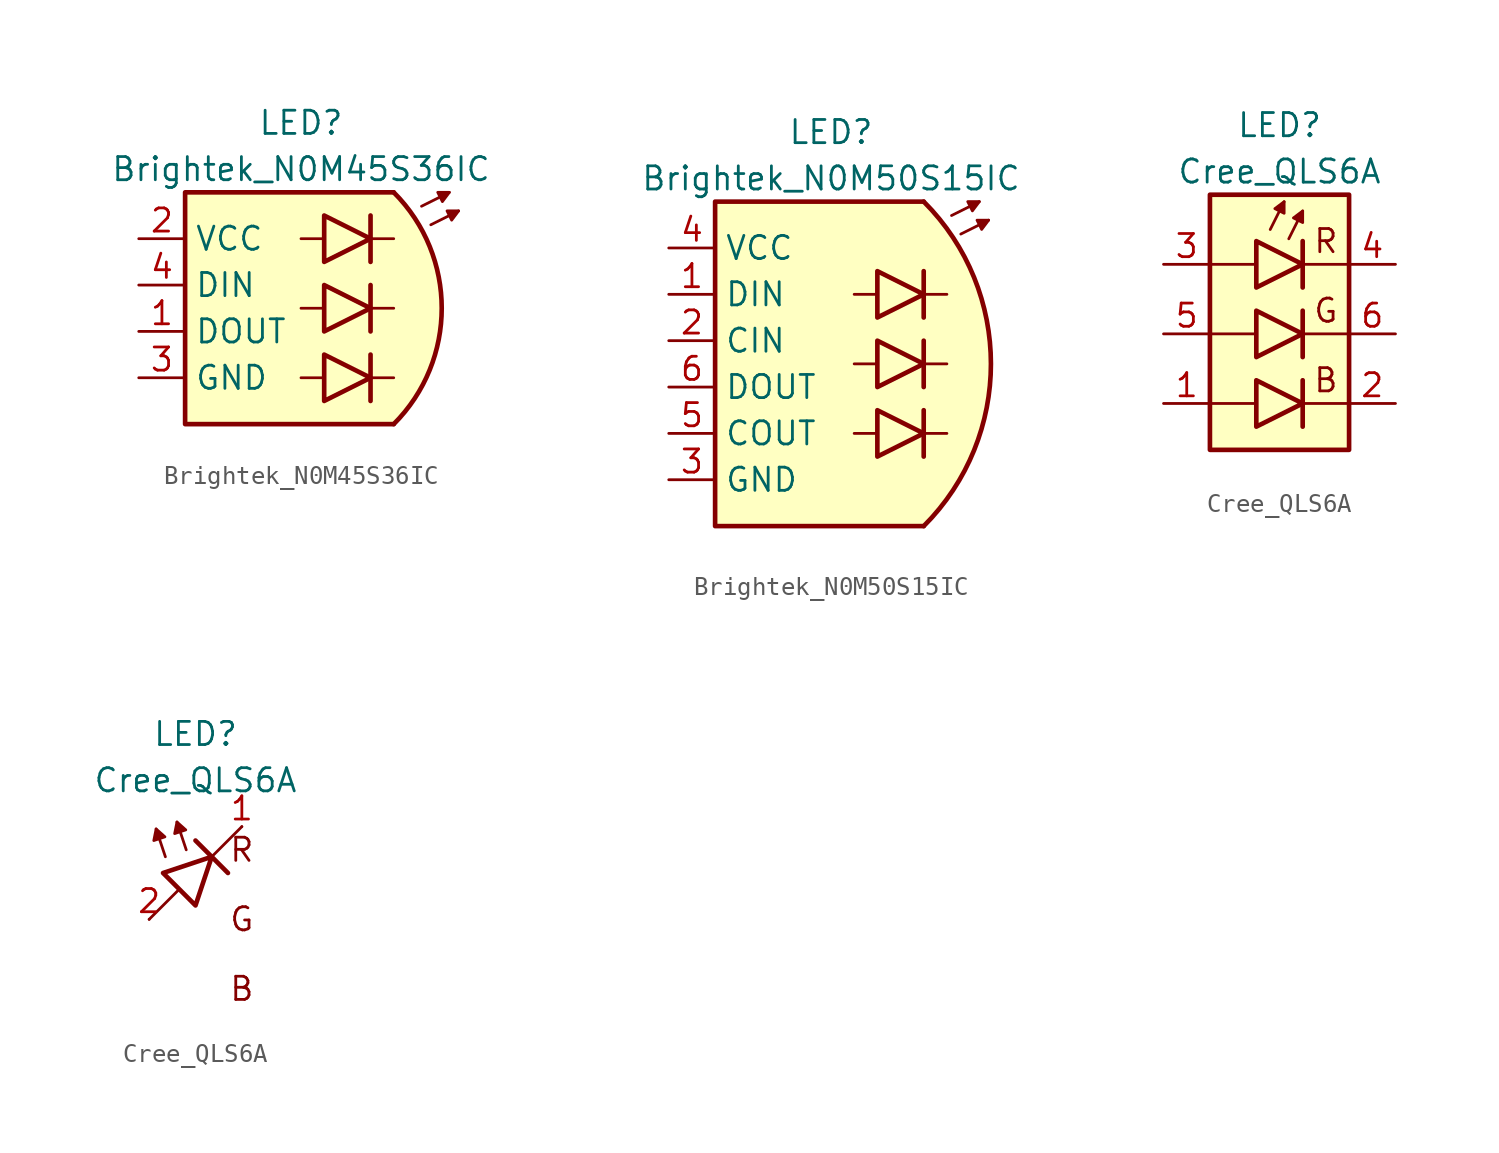
<source format=kicad_sym>
(kicad_symbol_lib
  (version 20231120)
  (generator "kicad_symbol_editor")
  (generator_version "8.0")
  (symbol "Brightek_N0M45S36IC"
    (property "Reference" "LED"
      (at 0 10.16 0)
      (effects (font (size 1.27 1.27))))
    (property "Value" "Brightek_N0M45S36IC"
      (at 0 7.62 0)
      (effects (font (size 1.27 1.27))))
    (symbol "Brightek_N0M45S36IC_0_1"
      (polyline (pts (xy 0 -3.81) (xy 1.27 -3.81)) (stroke (width 0) (type default)) (fill (type none)))
      (polyline (pts (xy 0 0) (xy 1.27 0)) (stroke (width 0) (type default)) (fill (type none)))
      (polyline (pts (xy 0 3.81) (xy 1.27 3.81)) (stroke (width 0) (type default)) (fill (type none)))
      (polyline (pts (xy 3.81 -3.81) (xy 5.08 -3.81)) (stroke (width 0) (type default)) (fill (type none)))
      (polyline (pts (xy 3.81 0) (xy 5.08 0)) (stroke (width 0) (type default)) (fill (type none)))
      (polyline (pts (xy 3.81 3.81) (xy 5.08 3.81)) (stroke (width 0) (type default)) (fill (type none)))
      (polyline (pts (xy 6.604 5.588) (xy 8.128 6.35)) (stroke (width 0.152) (type default)) (fill (type outline)))
      (polyline (pts (xy 7.112 4.572) (xy 8.636 5.334)) (stroke (width 0.152) (type default)) (fill (type color) (color 0 0 0 0)))
      (polyline (pts (xy 1.27 -2.54) (xy 1.27 -5.08) (xy 3.81 -3.81) (xy 1.27 -2.54)) (stroke (width 0.254) (type default)) (fill (type color) (color 30 200 30 1)))
      (polyline (pts (xy 1.27 1.27) (xy 1.27 -1.27) (xy 3.81 0) (xy 1.27 1.27)) (stroke (width 0.254) (type default)) (fill (type color) (color 240 30 30 1)))
      (polyline (pts (xy 1.27 5.08) (xy 1.27 2.54) (xy 3.81 3.81) (xy 1.27 5.08)) (stroke (width 0.254) (type default)) (fill (type color) (color 70 70 200 1)))
      (polyline (pts (xy 7.493 6.35) (xy 7.747 5.842) (xy 8.128 6.35) (xy 7.493 6.35)) (stroke (width 0.152) (type default)) (fill (type outline)))
      (polyline (pts (xy 8.001 5.334) (xy 8.255 4.826) (xy 8.636 5.334) (xy 8.001 5.334)) (stroke (width 0) (type solid)) (fill (type outline))))
    (symbol "Brightek_N0M45S36IC_1_1"
      (polyline (pts (xy 3.81 -5.08) (xy 3.81 -2.54)) (stroke (width 0.254) (type default)) (fill (type none)))
      (polyline (pts (xy 3.81 -1.27) (xy 3.81 1.27)) (stroke (width 0.254) (type default)) (fill (type none)))
      (polyline (pts (xy 3.81 2.54) (xy 3.81 5.08)) (stroke (width 0.254) (type default)) (fill (type none)))
      (polyline (pts (xy 5.08 -6.35) (xy -6.35 -6.35) (xy -6.35 6.35) (xy 5.08 6.35)) (stroke (width 0.254) (type default)) (fill (type background)))
      (arc (start 5.08 -6.35) (mid 7.7103 0) (end 5.08 6.35) (stroke (width 0.254) (type default)) (fill (type background)))
      (pin output line (at -8.89 -1.27 0) (length 2.54) (name "DOUT" (effects (font (size 1.27 1.27)))) (number "1" (effects (font (size 1.27 1.27)))))
      (pin power_in line (at -8.89 3.81 0) (length 2.54) (name "VCC" (effects (font (size 1.27 1.27)))) (number "2" (effects (font (size 1.27 1.27)))))
      (pin power_in line (at -8.89 -3.81 0) (length 2.54) (name "GND" (effects (font (size 1.27 1.27)))) (number "3" (effects (font (size 1.27 1.27)))))
      (pin input line (at -8.89 1.27 0) (length 2.54) (name "DIN" (effects (font (size 1.27 1.27)))) (number "4" (effects (font (size 1.27 1.27)))))))
  (symbol "Brightek_N0M50S15IC"
    (property "Reference" "LED"
      (at 0 10.16 0)
      (effects (font (size 1.27 1.27))))
    (property "Value" "Brightek_N0M50S15IC"
      (at 0 7.62 0)
      (effects (font (size 1.27 1.27))))
    (symbol "Brightek_N0M50S15IC_0_1"
      (polyline (pts (xy 1.27 -6.35) (xy 2.54 -6.35)) (stroke (width 0) (type default)) (fill (type none)))
      (polyline (pts (xy 1.27 -2.54) (xy 2.54 -2.54)) (stroke (width 0) (type default)) (fill (type none)))
      (polyline (pts (xy 1.27 1.27) (xy 2.54 1.27)) (stroke (width 0) (type default)) (fill (type none)))
      (polyline (pts (xy 5.08 -6.35) (xy 6.35 -6.35)) (stroke (width 0) (type default)) (fill (type none)))
      (polyline (pts (xy 5.08 -2.54) (xy 6.35 -2.54)) (stroke (width 0) (type default)) (fill (type none)))
      (polyline (pts (xy 5.08 1.27) (xy 6.35 1.27)) (stroke (width 0) (type default)) (fill (type none)))
      (polyline (pts (xy 6.604 5.588) (xy 8.128 6.35)) (stroke (width 0.152) (type default)) (fill (type outline)))
      (polyline (pts (xy 7.112 4.572) (xy 8.636 5.334)) (stroke (width 0.152) (type default)) (fill (type color) (color 0 0 0 0)))
      (polyline (pts (xy 2.54 -5.08) (xy 2.54 -7.62) (xy 5.08 -6.35) (xy 2.54 -5.08)) (stroke (width 0.254) (type default)) (fill (type color) (color 30 200 30 1)))
      (polyline (pts (xy 2.54 -1.27) (xy 2.54 -3.81) (xy 5.08 -2.54) (xy 2.54 -1.27)) (stroke (width 0.254) (type default)) (fill (type color) (color 240 30 30 1)))
      (polyline (pts (xy 2.54 2.54) (xy 2.54 0) (xy 5.08 1.27) (xy 2.54 2.54)) (stroke (width 0.254) (type default)) (fill (type color) (color 70 70 200 1)))
      (polyline (pts (xy 7.493 6.35) (xy 7.747 5.842) (xy 8.128 6.35) (xy 7.493 6.35)) (stroke (width 0.152) (type default)) (fill (type outline)))
      (polyline (pts (xy 8.001 5.334) (xy 8.255 4.826) (xy 8.636 5.334) (xy 8.001 5.334)) (stroke (width 0) (type solid)) (fill (type outline))))
    (symbol "Brightek_N0M50S15IC_1_1"
      (polyline (pts (xy 5.08 -7.62) (xy 5.08 -5.08)) (stroke (width 0.254) (type default)) (fill (type none)))
      (polyline (pts (xy 5.08 -3.81) (xy 5.08 -1.27)) (stroke (width 0.254) (type default)) (fill (type none)))
      (polyline (pts (xy 5.08 0) (xy 5.08 2.54)) (stroke (width 0.254) (type default)) (fill (type none)))
      (polyline (pts (xy 5.08 -11.43) (xy -6.35 -11.43) (xy -6.35 6.35) (xy 5.08 6.35)) (stroke (width 0.254) (type default)) (fill (type background)))
      (arc (start 5.08 -11.43) (mid 8.7624 -2.54) (end 5.08 6.35) (stroke (width 0.254) (type default)) (fill (type background)))
      (pin input line (at -8.89 1.27 0) (length 2.54) (name "DIN" (effects (font (size 1.27 1.27)))) (number "1" (effects (font (size 1.27 1.27)))))
      (pin input line (at -8.89 -1.27 0) (length 2.54) (name "CIN" (effects (font (size 1.27 1.27)))) (number "2" (effects (font (size 1.27 1.27)))))
      (pin power_in line (at -8.89 -8.89 0) (length 2.54) (name "GND" (effects (font (size 1.27 1.27)))) (number "3" (effects (font (size 1.27 1.27)))))
      (pin power_in line (at -8.89 3.81 0) (length 2.54) (name "VCC" (effects (font (size 1.27 1.27)))) (number "4" (effects (font (size 1.27 1.27)))))
      (pin output line (at -8.89 -6.35 0) (length 2.54) (name "COUT" (effects (font (size 1.27 1.27)))) (number "5" (effects (font (size 1.27 1.27)))))
      (pin output line (at -8.89 -3.81 0) (length 2.54) (name "DOUT" (effects (font (size 1.27 1.27)))) (number "6" (effects (font (size 1.27 1.27)))))))
  (symbol "Cree_QLS6A"
    (pin_names
      (offset 1.016) hide)
    (property "Reference" "LED"
      (at 0 7.62 0)
      (effects (font (size 1.27 1.27))))
    (property "Value" "Cree_QLS6A"
      (at 0 5.08 0)
      (effects (font (size 1.27 1.27))))
    (symbol "Cree_QLS6A_0_0"
      (text "B" (at 2.54 -6.35 0) (effects (font (size 1.27 1.27))))
      (text "G" (at 2.54 -2.54 0) (effects (font (size 1.27 1.27))))
      (text "R" (at 2.54 1.27 0) (effects (font (size 1.27 1.27)))))
    (symbol "Cree_QLS6A_0_1"
      (polyline (pts (xy -3.81 -3.81) (xy -1.27 -3.81)) (stroke (width 0) (type default)) (fill (type none)))
      (polyline (pts (xy -3.81 0) (xy -1.27 0)) (stroke (width 0) (type default)) (fill (type none)))
      (polyline (pts (xy -1.27 -7.62) (xy -3.81 -7.62)) (stroke (width 0) (type default)) (fill (type none)))
      (polyline (pts (xy -0.508 1.905) (xy 0.254 3.429)) (stroke (width 0.152) (type default)) (fill (type none)))
      (polyline (pts (xy 0.508 1.397) (xy 1.27 2.921)) (stroke (width 0.152) (type default)) (fill (type none)))
      (polyline (pts (xy 1.27 -6.35) (xy 1.27 -8.89)) (stroke (width 0.254) (type default)) (fill (type none)))
      (polyline (pts (xy 1.27 -2.54) (xy 1.27 -5.08)) (stroke (width 0.254) (type default)) (fill (type none)))
      (polyline (pts (xy 1.27 0) (xy 3.81 0)) (stroke (width 0) (type default)) (fill (type none)))
      (polyline (pts (xy 1.27 1.27) (xy 1.27 -1.27)) (stroke (width 0.254) (type default)) (fill (type none)))
      (polyline (pts (xy 3.81 -7.62) (xy 1.27 -7.62)) (stroke (width 0) (type default)) (fill (type none)))
      (polyline (pts (xy 3.81 -3.81) (xy 1.27 -3.81)) (stroke (width 0) (type default)) (fill (type none)))
      (polyline (pts (xy -1.27 -6.35) (xy -1.27 -8.89) (xy 1.27 -7.62) (xy -1.27 -6.35)) (stroke (width 0.254) (type default)) (fill (type color) (color 70 70 200 1)))
      (polyline (pts (xy -1.27 -2.54) (xy -1.27 -5.08) (xy 1.27 -3.81) (xy -1.27 -2.54)) (stroke (width 0.254) (type default)) (fill (type color) (color 30 200 30 1)))
      (polyline (pts (xy -1.27 1.27) (xy -1.27 -1.27) (xy 1.27 0) (xy -1.27 1.27)) (stroke (width 0.254) (type default)) (fill (type color) (color 240 30 30 1)))
      (polyline (pts (xy 0.254 2.794) (xy -0.254 3.048) (xy 0.254 3.429) (xy 0.254 2.794)) (stroke (width 0) (type solid)) (fill (type outline)))
      (polyline (pts (xy 1.27 2.286) (xy 0.762 2.54) (xy 1.27 2.921) (xy 1.27 2.286)) (stroke (width 0.152) (type default)) (fill (type outline))))
    (symbol "Cree_QLS6A_0_2"
      (polyline (pts (xy -2.54 -2.54) (xy -0.889 -0.889)) (stroke (width 0) (type default)) (fill (type none)))
      (polyline (pts (xy -1.651 0.889) (xy -2.159 2.413)) (stroke (width 0) (type default)) (fill (type none)))
      (polyline (pts (xy -0.508 1.27) (xy -1.016 2.794)) (stroke (width 0) (type default)) (fill (type none)))
      (polyline (pts (xy 0 1.778) (xy 1.778 0)) (stroke (width 0.254) (type default)) (fill (type none)))
      (polyline (pts (xy 0.889 0.889) (xy 2.54 2.54)) (stroke (width 0) (type default)) (fill (type none)))
      (polyline (pts (xy -2.159 2.413) (xy -2.286 1.778) (xy -1.676 1.981) (xy -2.159 2.413)) (stroke (width 0) (type default)) (fill (type outline)))
      (polyline (pts (xy -1.016 2.794) (xy -1.143 2.159) (xy -0.533 2.362) (xy -1.016 2.794)) (stroke (width 0) (type default)) (fill (type outline)))
      (polyline (pts (xy -0.889 -0.889) (xy -1.778 0) (xy 0.889 0.889) (xy 0 -1.778) (xy -0.889 -0.889)) (stroke (width 0.254) (type default)) (fill (type color) (color 255 255 255 1))))
    (symbol "Cree_QLS6A_1_1"
      (rectangle (start -3.81 3.81) (end 3.81 -10.16) (stroke (width 0.254) (type default)) (fill (type background)))
      (pin passive line (at -6.35 -7.62 0) (length 2.54) (name "A1" (effects (font (size 1.27 1.27)))) (number "1" (effects (font (size 1.27 1.27)))))
      (pin passive line (at 6.35 -7.62 180) (length 2.54) (name "K1" (effects (font (size 1.27 1.27)))) (number "2" (effects (font (size 1.27 1.27)))))
      (pin passive line (at -6.35 0 0) (length 2.54) (name "A3" (effects (font (size 1.27 1.27)))) (number "3" (effects (font (size 1.27 1.27)))))
      (pin passive line (at 6.35 0 180) (length 2.54) (name "K3" (effects (font (size 1.27 1.27)))) (number "4" (effects (font (size 1.27 1.27)))))
      (pin passive line (at -6.35 -3.81 0) (length 2.54) (name "A2" (effects (font (size 1.27 1.27)))) (number "5" (effects (font (size 1.27 1.27)))))
      (pin passive line (at 6.35 -3.81 180) (length 2.54) (name "K2" (effects (font (size 1.27 1.27)))) (number "6" (effects (font (size 1.27 1.27))))))
    (symbol "Cree_QLS6A_1_2"
      (pin passive line (at 2.54 2.54 180) (length 0) (name "K" (effects (font (size 1.27 1.27)))) (number "1" (effects (font (size 1.27 1.27)))))
      (pin passive line (at -2.54 -2.54 0) (length 0) (name "A" (effects (font (size 1.27 1.27)))) (number "2" (effects (font (size 1.27 1.27))))))))
</source>
